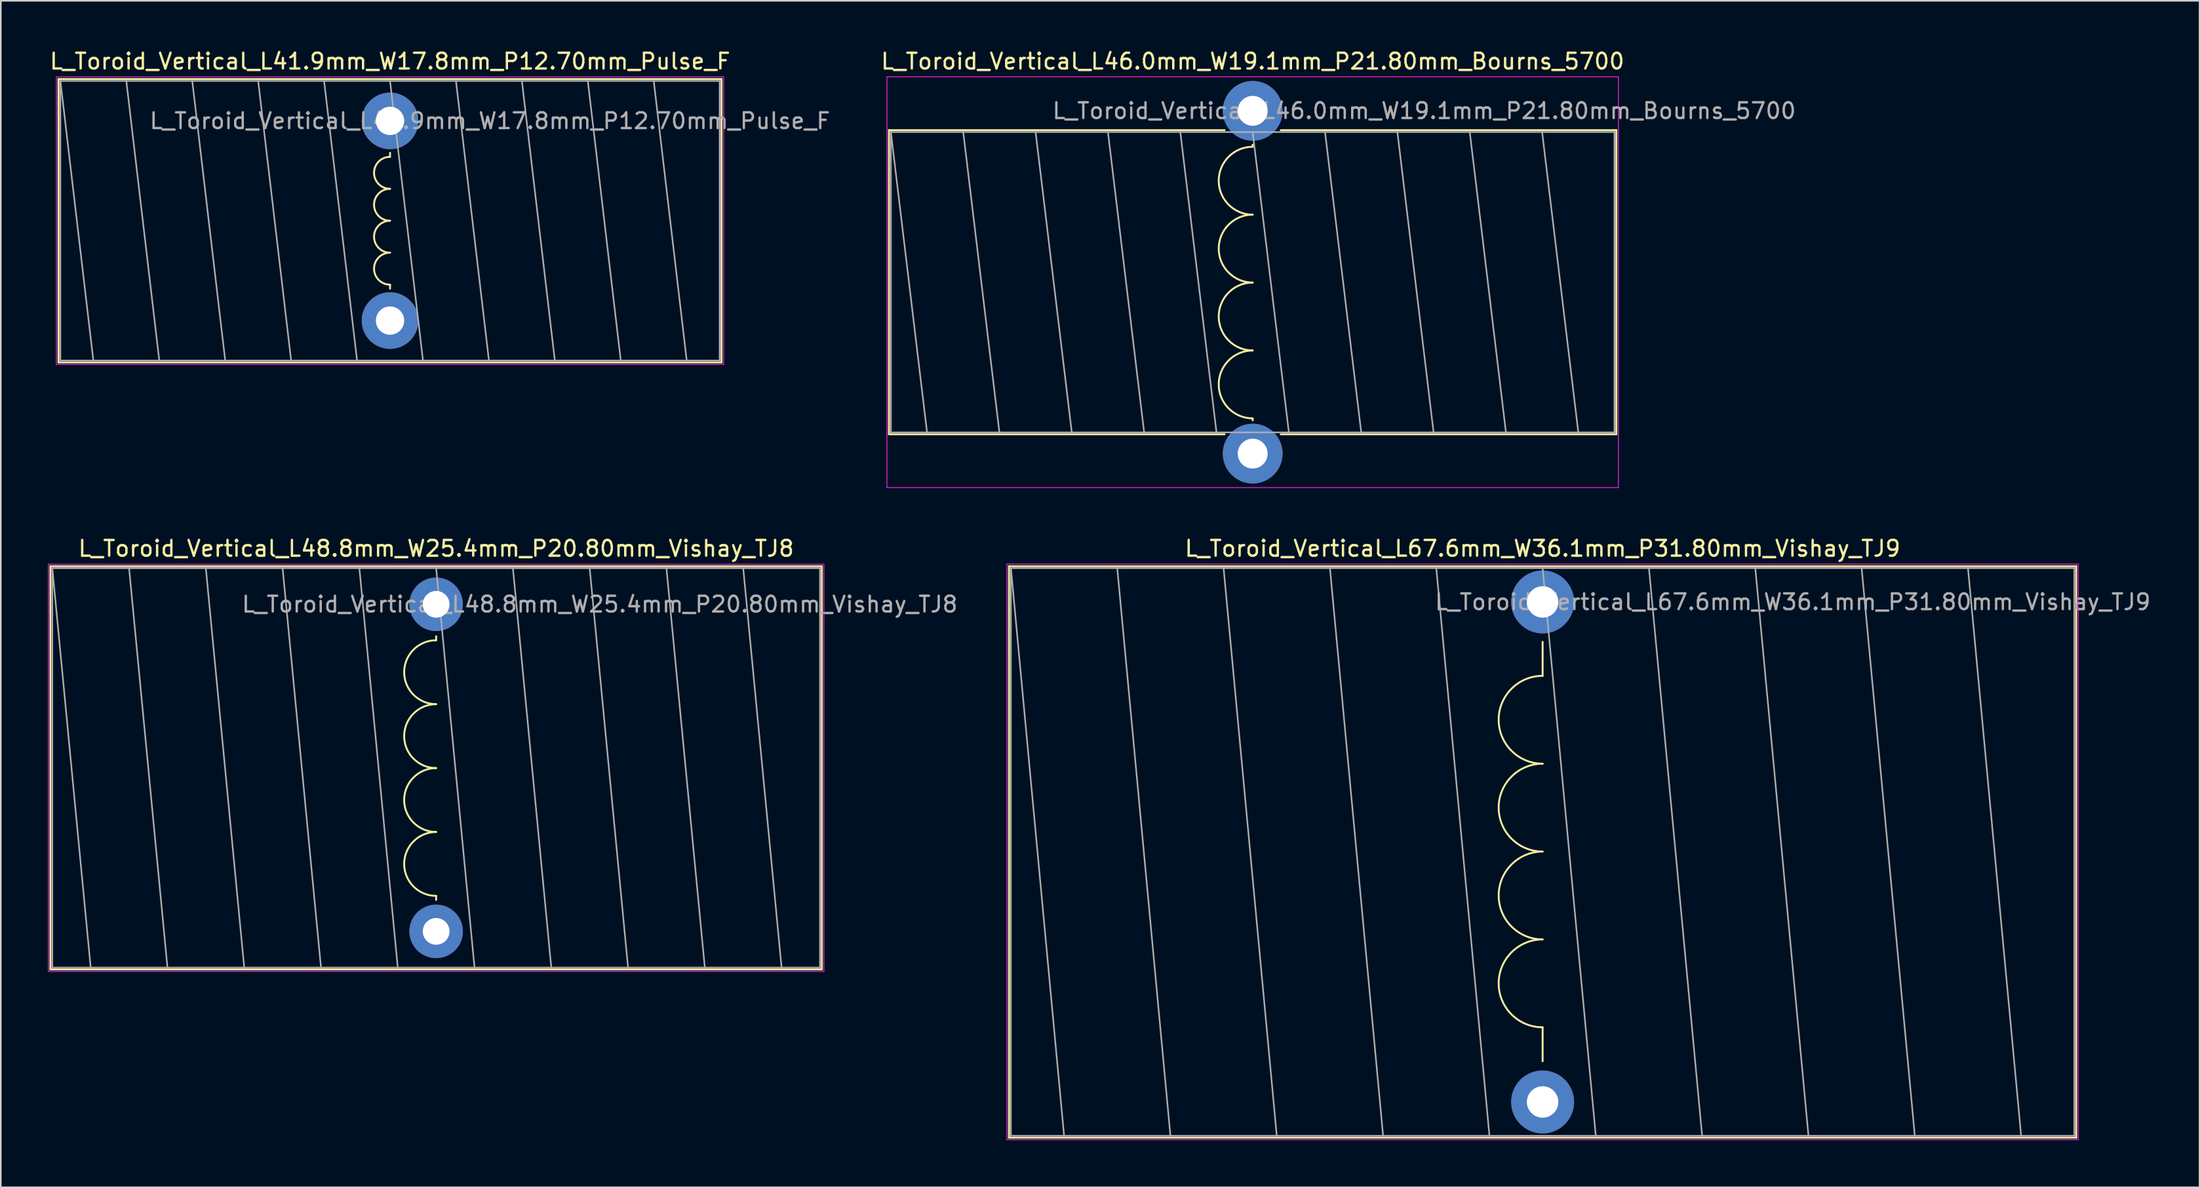
<source format=kicad_pcb>
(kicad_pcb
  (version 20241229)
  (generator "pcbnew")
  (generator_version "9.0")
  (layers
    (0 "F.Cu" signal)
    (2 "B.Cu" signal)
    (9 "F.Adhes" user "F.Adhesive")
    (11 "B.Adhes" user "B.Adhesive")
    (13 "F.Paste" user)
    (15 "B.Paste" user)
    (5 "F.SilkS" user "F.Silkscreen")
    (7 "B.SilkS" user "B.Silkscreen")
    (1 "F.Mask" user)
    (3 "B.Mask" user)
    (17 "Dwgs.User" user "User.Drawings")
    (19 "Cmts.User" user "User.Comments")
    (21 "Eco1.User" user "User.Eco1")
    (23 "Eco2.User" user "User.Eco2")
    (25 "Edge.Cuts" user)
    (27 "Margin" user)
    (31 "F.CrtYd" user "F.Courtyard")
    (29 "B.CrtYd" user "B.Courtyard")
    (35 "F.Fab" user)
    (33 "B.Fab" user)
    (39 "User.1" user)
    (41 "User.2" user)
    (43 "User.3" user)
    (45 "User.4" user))
  (footprint "L_Toroid_Vertical_L67.6mm_W36.1mm_P31.80mm_Vishay_TJ9"
    (layer "F.Cu")
    (at 95.013 35.231)
    (property "Reference" "L_Toroid_Vertical_L67.6mm_W36.1mm_P31.80mm_Vishay_TJ9" (at 0 -3.4 0) (layer "F.SilkS") (effects (font (size 1 1) (thickness 0.15))))
    (attr through_hole)
    (fp_line (start -33.92 -2.27) (end -33.92 34.07) (stroke (width 0.12) (type solid)) (layer "F.SilkS"))
    (fp_line (start -33.92 -2.27) (end 33.92 -2.27) (stroke (width 0.12) (type solid)) (layer "F.SilkS"))
    (fp_line (start -33.92 34.07) (end 33.92 34.07) (stroke (width 0.12) (type solid)) (layer "F.SilkS"))
    (fp_line (start 0 4.699) (end 0 2.54) (stroke (width 0.12) (type solid)) (layer "F.SilkS"))
    (fp_line (start 0 27.051) (end 0 29.21) (stroke (width 0.12) (type solid)) (layer "F.SilkS"))
    (fp_line (start 33.92 -2.27) (end 33.92 34.07) (stroke (width 0.12) (type solid)) (layer "F.SilkS"))
    (fp_arc (start 0 10.287) (mid -2.794 7.493) (end 0 4.699) (stroke (width 0.12) (type solid)) (layer "F.SilkS"))
    (fp_arc (start 0 15.875) (mid -2.794 13.081) (end 0 10.287) (stroke (width 0.12) (type solid)) (layer "F.SilkS"))
    (fp_arc (start 0 21.463) (mid -2.794 18.669) (end 0 15.875) (stroke (width 0.12) (type solid)) (layer "F.SilkS"))
    (fp_arc (start 0 27.051) (mid -2.794 24.257) (end 0 21.463) (stroke (width 0.12) (type solid)) (layer "F.SilkS"))
    (fp_line (start -34.05 -2.41) (end -34.05 34.2) (stroke (width 0.05) (type solid)) (layer "F.CrtYd"))
    (fp_line (start -34.05 34.2) (end 34.05 34.2) (stroke (width 0.05) (type solid)) (layer "F.CrtYd"))
    (fp_line (start 34.05 -2.41) (end -34.05 -2.41) (stroke (width 0.05) (type solid)) (layer "F.CrtYd"))
    (fp_line (start 34.05 34.2) (end 34.05 -2.41) (stroke (width 0.05) (type solid)) (layer "F.CrtYd"))
    (fp_line (start -33.8 -2.15) (end -33.8 33.95) (stroke (width 0.1) (type solid)) (layer "F.Fab"))
    (fp_line (start -33.8 -2.15) (end -30.42 33.95) (stroke (width 0.1) (type solid)) (layer "F.Fab"))
    (fp_line (start -33.8 33.95) (end 33.8 33.95) (stroke (width 0.1) (type solid)) (layer "F.Fab"))
    (fp_line (start -27.04 -2.15) (end -23.66 33.95) (stroke (width 0.1) (type solid)) (layer "F.Fab"))
    (fp_line (start -20.28 -2.15) (end -16.9 33.95) (stroke (width 0.1) (type solid)) (layer "F.Fab"))
    (fp_line (start -13.52 -2.15) (end -10.14 33.95) (stroke (width 0.1) (type solid)) (layer "F.Fab"))
    (fp_line (start -6.76 -2.15) (end -3.38 33.95) (stroke (width 0.1) (type solid)) (layer "F.Fab"))
    (fp_line (start 0 -2.15) (end 3.38 33.95) (stroke (width 0.1) (type solid)) (layer "F.Fab"))
    (fp_line (start 6.76 -2.15) (end 10.14 33.95) (stroke (width 0.1) (type solid)) (layer "F.Fab"))
    (fp_line (start 13.52 -2.15) (end 16.9 33.95) (stroke (width 0.1) (type solid)) (layer "F.Fab"))
    (fp_line (start 20.28 -2.15) (end 23.66 33.95) (stroke (width 0.1) (type solid)) (layer "F.Fab"))
    (fp_line (start 27.04 -2.15) (end 30.42 33.95) (stroke (width 0.1) (type solid)) (layer "F.Fab"))
    (fp_line (start 33.8 -2.15) (end -33.8 -2.15) (stroke (width 0.1) (type solid)) (layer "F.Fab"))
    (fp_line (start 33.8 33.95) (end 33.8 -2.15) (stroke (width 0.1) (type solid)) (layer "F.Fab"))
    (fp_text user "${REFERENCE}" (at 15.9 0 0) (layer "F.Fab") (effects (font (size 1 1) (thickness 0.15))))
    (pad "1" thru_hole circle (at 0 0) (size 4 4) (drill 2) (layers "*.Cu" "*.Mask"))
    (pad "2" thru_hole circle (at 0 31.8) (size 4 4) (drill 2) (layers "*.Cu" "*.Mask")))
  (footprint "L_Toroid_Vertical_L46.0mm_W19.1mm_P21.80mm_Bourns_5700"
    (layer "F.Cu")
    (at 76.582 3.998)
    (property "Reference" "L_Toroid_Vertical_L46.0mm_W19.1mm_P21.80mm_Bourns_5700" (at 0 -3.15 0) (layer "F.SilkS") (effects (font (size 1 1) (thickness 0.15))))
    (attr through_hole)
    (fp_line (start -23.12 1.23) (end -23.12 20.57) (stroke (width 0.12) (type solid)) (layer "F.SilkS"))
    (fp_line (start -23.12 1.23) (end -1.785 1.23) (stroke (width 0.12) (type solid)) (layer "F.SilkS"))
    (fp_line (start -23.12 20.57) (end -1.785 20.57) (stroke (width 0.12) (type solid)) (layer "F.SilkS"))
    (fp_line (start 0 2.286) (end 0 2.159) (stroke (width 0.12) (type solid)) (layer "F.SilkS"))
    (fp_line (start 0 19.558) (end 0 19.685) (stroke (width 0.12) (type solid)) (layer "F.SilkS"))
    (fp_line (start 1.785 1.23) (end 23.12 1.23) (stroke (width 0.12) (type solid)) (layer "F.SilkS"))
    (fp_line (start 1.785 20.57) (end 23.12 20.57) (stroke (width 0.12) (type solid)) (layer "F.SilkS"))
    (fp_line (start 23.12 1.23) (end 23.12 20.57) (stroke (width 0.12) (type solid)) (layer "F.SilkS"))
    (fp_arc (start 0 6.604) (mid -2.159 4.445) (end 0 2.286) (stroke (width 0.12) (type solid)) (layer "F.SilkS"))
    (fp_arc (start 0 10.922) (mid -2.159 8.763) (end 0 6.604) (stroke (width 0.12) (type solid)) (layer "F.SilkS"))
    (fp_arc (start 0 15.24) (mid -2.159 13.081) (end 0 10.922) (stroke (width 0.12) (type solid)) (layer "F.SilkS"))
    (fp_arc (start 0 19.558) (mid -2.159 17.399) (end 0 15.24) (stroke (width 0.12) (type solid)) (layer "F.SilkS"))
    (fp_line (start -23.25 -2.16) (end -23.25 23.96) (stroke (width 0.05) (type solid)) (layer "F.CrtYd"))
    (fp_line (start -23.25 23.96) (end 23.25 23.96) (stroke (width 0.05) (type solid)) (layer "F.CrtYd"))
    (fp_line (start 23.25 -2.16) (end -23.25 -2.16) (stroke (width 0.05) (type solid)) (layer "F.CrtYd"))
    (fp_line (start 23.25 23.96) (end 23.25 -2.16) (stroke (width 0.05) (type solid)) (layer "F.CrtYd"))
    (fp_line (start -23 1.35) (end -23 20.45) (stroke (width 0.1) (type solid)) (layer "F.Fab"))
    (fp_line (start -23 1.35) (end -20.7 20.45) (stroke (width 0.1) (type solid)) (layer "F.Fab"))
    (fp_line (start -23 20.45) (end 23 20.45) (stroke (width 0.1) (type solid)) (layer "F.Fab"))
    (fp_line (start -18.4 1.35) (end -16.1 20.45) (stroke (width 0.1) (type solid)) (layer "F.Fab"))
    (fp_line (start -13.8 1.35) (end -11.5 20.45) (stroke (width 0.1) (type solid)) (layer "F.Fab"))
    (fp_line (start -9.2 1.35) (end -6.9 20.45) (stroke (width 0.1) (type solid)) (layer "F.Fab"))
    (fp_line (start -4.6 1.35) (end -2.3 20.45) (stroke (width 0.1) (type solid)) (layer "F.Fab"))
    (fp_line (start 0 1.35) (end 2.3 20.45) (stroke (width 0.1) (type solid)) (layer "F.Fab"))
    (fp_line (start 4.6 1.35) (end 6.9 20.45) (stroke (width 0.1) (type solid)) (layer "F.Fab"))
    (fp_line (start 9.2 1.35) (end 11.5 20.45) (stroke (width 0.1) (type solid)) (layer "F.Fab"))
    (fp_line (start 13.8 1.35) (end 16.1 20.45) (stroke (width 0.1) (type solid)) (layer "F.Fab"))
    (fp_line (start 18.4 1.35) (end 20.7 20.45) (stroke (width 0.1) (type solid)) (layer "F.Fab"))
    (fp_line (start 23 1.35) (end -23 1.35) (stroke (width 0.1) (type solid)) (layer "F.Fab"))
    (fp_line (start 23 20.45) (end 23 1.35) (stroke (width 0.1) (type solid)) (layer "F.Fab"))
    (fp_text user "${REFERENCE}" (at 10.9 0 0) (layer "F.Fab") (effects (font (size 1 1) (thickness 0.15))))
    (pad "1" thru_hole circle (at 0 0) (size 3.8 3.8) (drill 1.9) (layers "*.Cu" "*.Mask"))
    (pad "2" thru_hole circle (at 0 21.8) (size 3.8 3.8) (drill 1.9) (layers "*.Cu" "*.Mask")))
  (footprint "L_Toroid_Vertical_L48.8mm_W25.4mm_P20.80mm_Vishay_TJ8"
    (layer "F.Cu")
    (at 24.675 35.382)
    (property "Reference" "L_Toroid_Vertical_L48.8mm_W25.4mm_P20.80mm_Vishay_TJ8" (at 0 -3.55 0) (layer "F.SilkS") (effects (font (size 1 1) (thickness 0.15))))
    (attr through_hole)
    (fp_line (start -24.52 -2.42) (end -24.52 23.22) (stroke (width 0.12) (type solid)) (layer "F.SilkS"))
    (fp_line (start -24.52 -2.42) (end 24.52 -2.42) (stroke (width 0.12) (type solid)) (layer "F.SilkS"))
    (fp_line (start -24.52 23.22) (end 24.52 23.22) (stroke (width 0.12) (type solid)) (layer "F.SilkS"))
    (fp_line (start 0 2.286) (end 0 2.032) (stroke (width 0.12) (type solid)) (layer "F.SilkS"))
    (fp_line (start 0 18.542) (end 0 18.796) (stroke (width 0.12) (type solid)) (layer "F.SilkS"))
    (fp_line (start 24.52 -2.42) (end 24.52 23.22) (stroke (width 0.12) (type solid)) (layer "F.SilkS"))
    (fp_arc (start 0 6.35) (mid -2.032 4.318) (end 0 2.286) (stroke (width 0.12) (type solid)) (layer "F.SilkS"))
    (fp_arc (start 0 10.414) (mid -2.032 8.382) (end 0 6.35) (stroke (width 0.12) (type solid)) (layer "F.SilkS"))
    (fp_arc (start 0 14.478) (mid -2.032 12.446) (end 0 10.414) (stroke (width 0.12) (type solid)) (layer "F.SilkS"))
    (fp_arc (start 0 18.542) (mid -2.032 16.51) (end 0 14.478) (stroke (width 0.12) (type solid)) (layer "F.SilkS"))
    (fp_line (start -24.65 -2.55) (end -24.65 23.35) (stroke (width 0.05) (type solid)) (layer "F.CrtYd"))
    (fp_line (start -24.65 23.35) (end 24.65 23.35) (stroke (width 0.05) (type solid)) (layer "F.CrtYd"))
    (fp_line (start 24.65 -2.55) (end -24.65 -2.55) (stroke (width 0.05) (type solid)) (layer "F.CrtYd"))
    (fp_line (start 24.65 23.35) (end 24.65 -2.55) (stroke (width 0.05) (type solid)) (layer "F.CrtYd"))
    (fp_line (start -24.4 -2.3) (end -24.4 23.1) (stroke (width 0.1) (type solid)) (layer "F.Fab"))
    (fp_line (start -24.4 -2.3) (end -21.96 23.1) (stroke (width 0.1) (type solid)) (layer "F.Fab"))
    (fp_line (start -24.4 23.1) (end 24.4 23.1) (stroke (width 0.1) (type solid)) (layer "F.Fab"))
    (fp_line (start -19.52 -2.3) (end -17.08 23.1) (stroke (width 0.1) (type solid)) (layer "F.Fab"))
    (fp_line (start -14.64 -2.3) (end -12.2 23.1) (stroke (width 0.1) (type solid)) (layer "F.Fab"))
    (fp_line (start -9.76 -2.3) (end -7.32 23.1) (stroke (width 0.1) (type solid)) (layer "F.Fab"))
    (fp_line (start -4.88 -2.3) (end -2.44 23.1) (stroke (width 0.1) (type solid)) (layer "F.Fab"))
    (fp_line (start 0 -2.3) (end 2.44 23.1) (stroke (width 0.1) (type solid)) (layer "F.Fab"))
    (fp_line (start 4.88 -2.3) (end 7.32 23.1) (stroke (width 0.1) (type solid)) (layer "F.Fab"))
    (fp_line (start 9.76 -2.3) (end 12.2 23.1) (stroke (width 0.1) (type solid)) (layer "F.Fab"))
    (fp_line (start 14.64 -2.3) (end 17.08 23.1) (stroke (width 0.1) (type solid)) (layer "F.Fab"))
    (fp_line (start 19.52 -2.3) (end 21.96 23.1) (stroke (width 0.1) (type solid)) (layer "F.Fab"))
    (fp_line (start 24.4 -2.3) (end -24.4 -2.3) (stroke (width 0.1) (type solid)) (layer "F.Fab"))
    (fp_line (start 24.4 23.1) (end 24.4 -2.3) (stroke (width 0.1) (type solid)) (layer "F.Fab"))
    (fp_text user "${REFERENCE}" (at 10.4 0 0) (layer "F.Fab") (effects (font (size 1 1) (thickness 0.15))))
    (pad "1" thru_hole circle (at 0 0) (size 3.4 3.4) (drill 1.7) (layers "*.Cu" "*.Mask"))
    (pad "2" thru_hole circle (at 0 20.8) (size 3.4 3.4) (drill 1.7) (layers "*.Cu" "*.Mask")))
  (footprint "L_Toroid_Vertical_L41.9mm_W17.8mm_P12.70mm_Pulse_F"
    (layer "F.Cu")
    (at 21.744 4.638)
    (property "Reference" "L_Toroid_Vertical_L41.9mm_W17.8mm_P12.70mm_Pulse_F" (at 0 -3.79 0) (layer "F.SilkS") (effects (font (size 1 1) (thickness 0.15))))
    (attr through_hole)
    (fp_line (start -21.075 -2.66) (end -21.075 15.36) (stroke (width 0.12) (type solid)) (layer "F.SilkS"))
    (fp_line (start -21.075 -2.66) (end 21.075 -2.66) (stroke (width 0.12) (type solid)) (layer "F.SilkS"))
    (fp_line (start -21.075 15.36) (end 21.075 15.36) (stroke (width 0.12) (type solid)) (layer "F.SilkS"))
    (fp_line (start 0 2.286) (end 0 2.032) (stroke (width 0.12) (type solid)) (layer "F.SilkS"))
    (fp_line (start 0 10.414) (end 0 10.668) (stroke (width 0.12) (type solid)) (layer "F.SilkS"))
    (fp_line (start 21.075 -2.66) (end 21.075 15.36) (stroke (width 0.12) (type solid)) (layer "F.SilkS"))
    (fp_arc (start 0 4.318) (mid -1.016 3.302) (end 0 2.286) (stroke (width 0.12) (type solid)) (layer "F.SilkS"))
    (fp_arc (start 0 6.35) (mid -1.016 5.334) (end 0 4.318) (stroke (width 0.12) (type solid)) (layer "F.SilkS"))
    (fp_arc (start 0 8.382) (mid -1.016 7.366) (end 0 6.35) (stroke (width 0.12) (type solid)) (layer "F.SilkS"))
    (fp_arc (start 0 10.414) (mid -1.016 9.398) (end 0 8.382) (stroke (width 0.12) (type solid)) (layer "F.SilkS"))
    (fp_line (start -21.21 -2.8) (end -21.21 15.49) (stroke (width 0.05) (type solid)) (layer "F.CrtYd"))
    (fp_line (start -21.21 15.49) (end 21.21 15.49) (stroke (width 0.05) (type solid)) (layer "F.CrtYd"))
    (fp_line (start 21.21 -2.8) (end -21.21 -2.8) (stroke (width 0.05) (type solid)) (layer "F.CrtYd"))
    (fp_line (start 21.21 15.49) (end 21.21 -2.8) (stroke (width 0.05) (type solid)) (layer "F.CrtYd"))
    (fp_line (start -20.955 -2.54) (end -20.955 15.24) (stroke (width 0.1) (type solid)) (layer "F.Fab"))
    (fp_line (start -20.955 -2.54) (end -18.86 15.24) (stroke (width 0.1) (type solid)) (layer "F.Fab"))
    (fp_line (start -20.955 15.24) (end 20.955 15.24) (stroke (width 0.1) (type solid)) (layer "F.Fab"))
    (fp_line (start -16.764 -2.54) (end -14.668 15.24) (stroke (width 0.1) (type solid)) (layer "F.Fab"))
    (fp_line (start -12.573 -2.54) (end -10.477 15.24) (stroke (width 0.1) (type solid)) (layer "F.Fab"))
    (fp_line (start -8.382 -2.54) (end -6.287 15.24) (stroke (width 0.1) (type solid)) (layer "F.Fab"))
    (fp_line (start -4.191 -2.54) (end -2.095 15.24) (stroke (width 0.1) (type solid)) (layer "F.Fab"))
    (fp_line (start 0 -2.54) (end 2.095 15.24) (stroke (width 0.1) (type solid)) (layer "F.Fab"))
    (fp_line (start 4.191 -2.54) (end 6.287 15.24) (stroke (width 0.1) (type solid)) (layer "F.Fab"))
    (fp_line (start 8.382 -2.54) (end 10.477 15.24) (stroke (width 0.1) (type solid)) (layer "F.Fab"))
    (fp_line (start 12.573 -2.54) (end 14.668 15.24) (stroke (width 0.1) (type solid)) (layer "F.Fab"))
    (fp_line (start 16.764 -2.54) (end 18.86 15.24) (stroke (width 0.1) (type solid)) (layer "F.Fab"))
    (fp_line (start 20.955 -2.54) (end -20.955 -2.54) (stroke (width 0.1) (type solid)) (layer "F.Fab"))
    (fp_line (start 20.955 15.24) (end 20.955 -2.54) (stroke (width 0.1) (type solid)) (layer "F.Fab"))
    (fp_text user "${REFERENCE}" (at 6.35 0 0) (layer "F.Fab") (effects (font (size 1 1) (thickness 0.15))))
    (pad "1" thru_hole circle (at 0 0) (size 3.6 3.6) (drill 1.8) (layers "*.Cu" "*.Mask"))
    (pad "2" thru_hole circle (at 0 12.7) (size 3.6 3.6) (drill 1.8) (layers "*.Cu" "*.Mask")))
  (gr_rect
    (start -3 -3)
    (end 136.776 72.457)
    (stroke (width 0.1) (type default))
    (fill no)
    (layer "Edge.Cuts")))
</source>
